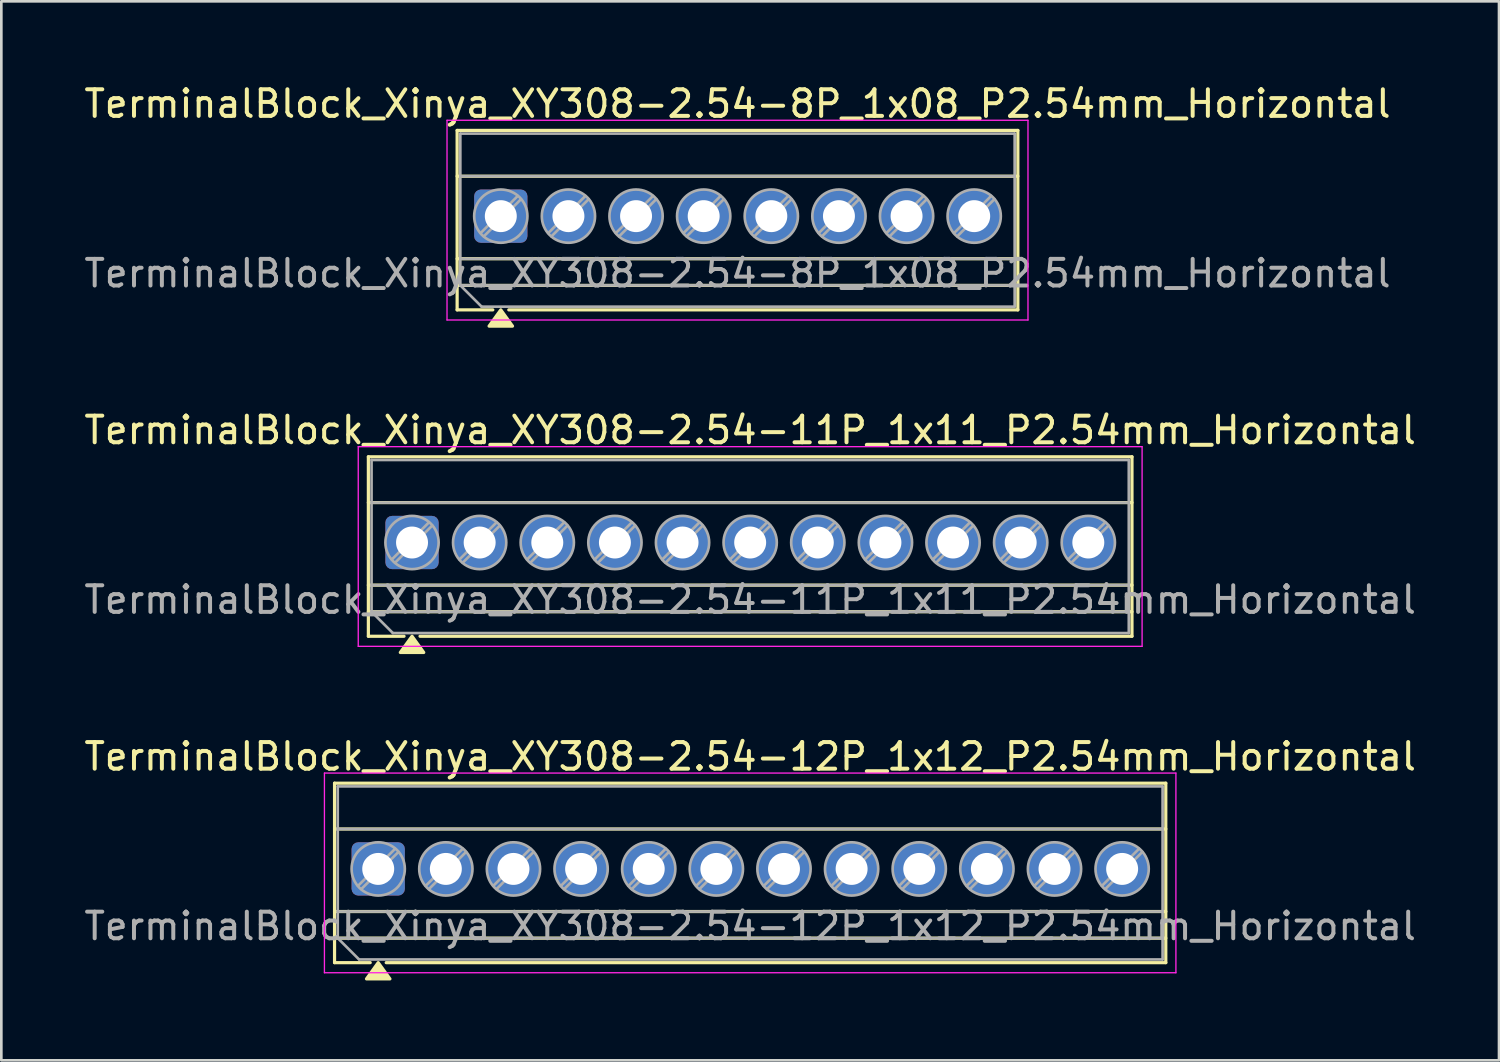
<source format=kicad_pcb>
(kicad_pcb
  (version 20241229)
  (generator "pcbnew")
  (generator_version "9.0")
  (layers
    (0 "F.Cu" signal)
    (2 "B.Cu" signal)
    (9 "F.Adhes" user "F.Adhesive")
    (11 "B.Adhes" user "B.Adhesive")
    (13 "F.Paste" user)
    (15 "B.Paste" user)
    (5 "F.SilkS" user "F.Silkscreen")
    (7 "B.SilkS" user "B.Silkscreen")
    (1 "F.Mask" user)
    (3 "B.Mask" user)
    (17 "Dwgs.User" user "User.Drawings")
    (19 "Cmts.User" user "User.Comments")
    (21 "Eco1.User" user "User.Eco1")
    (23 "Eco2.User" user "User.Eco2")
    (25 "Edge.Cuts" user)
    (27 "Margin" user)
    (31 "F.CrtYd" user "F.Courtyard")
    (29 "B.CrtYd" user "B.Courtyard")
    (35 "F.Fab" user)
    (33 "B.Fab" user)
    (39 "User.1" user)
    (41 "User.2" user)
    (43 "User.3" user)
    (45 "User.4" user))
  (footprint "TerminalBlock_Xinya_XY308-2.54-8P_1x08_P2.54mm_Horizontal"
    (layer "F.Cu")
    (at 15.759 5.068)
    (property "Reference" "TerminalBlock_Xinya_XY308-2.54-8P_1x08_P2.54mm_Horizontal" (at 8.89 -4.22 0) (layer "F.SilkS") (effects (font (size 1 1) (thickness 0.15))))
    (attr through_hole)
    (fp_line (start -1.64 -3.22) (end -1.64 3.52) (stroke (width 0.12) (type solid)) (layer "F.SilkS"))
    (fp_line (start -1.64 -3.22) (end 19.42 -3.22) (stroke (width 0.12) (type solid)) (layer "F.SilkS"))
    (fp_line (start -1.64 -1.5) (end 19.42 -1.5) (stroke (width 0.12) (type solid)) (layer "F.SilkS"))
    (fp_line (start -1.64 1.6) (end 19.42 1.6) (stroke (width 0.12) (type solid)) (layer "F.SilkS"))
    (fp_line (start -1.64 2.6) (end 19.42 2.6) (stroke (width 0.12) (type solid)) (layer "F.SilkS"))
    (fp_line (start -1.64 3.52) (end -0.3 3.52) (stroke (width 0.12) (type solid)) (layer "F.SilkS"))
    (fp_line (start 0.3 3.52) (end 19.42 3.52) (stroke (width 0.12) (type solid)) (layer "F.SilkS"))
    (fp_line (start 19.42 -3.22) (end 19.42 3.52) (stroke (width 0.12) (type solid)) (layer "F.SilkS"))
    (fp_poly (pts (xy 0 3.52) (xy 0.44 4.13) (xy -0.44 4.13)) (stroke (width 0.12) (type solid)) (fill yes) (layer "F.SilkS"))
    (fp_line (start -2.02 -3.6) (end -2.02 3.9) (stroke (width 0.05) (type solid)) (layer "F.CrtYd"))
    (fp_line (start -2.02 3.9) (end 19.8 3.9) (stroke (width 0.05) (type solid)) (layer "F.CrtYd"))
    (fp_line (start 19.8 -3.6) (end -2.02 -3.6) (stroke (width 0.05) (type solid)) (layer "F.CrtYd"))
    (fp_line (start 19.8 3.9) (end 19.8 -3.6) (stroke (width 0.05) (type solid)) (layer "F.CrtYd"))
    (fp_line (start -1.52 -3.1) (end 19.3 -3.1) (stroke (width 0.1) (type solid)) (layer "F.Fab"))
    (fp_line (start -1.52 -1.5) (end 19.3 -1.5) (stroke (width 0.1) (type solid)) (layer "F.Fab"))
    (fp_line (start -1.52 1.6) (end 19.3 1.6) (stroke (width 0.1) (type solid)) (layer "F.Fab"))
    (fp_line (start -1.52 2.6) (end -1.52 -3.1) (stroke (width 0.1) (type solid)) (layer "F.Fab"))
    (fp_line (start -1.52 2.6) (end 19.3 2.6) (stroke (width 0.1) (type solid)) (layer "F.Fab"))
    (fp_line (start -0.72 3.4) (end -1.52 2.6) (stroke (width 0.1) (type solid)) (layer "F.Fab"))
    (fp_line (start 0.636 -0.758) (end -0.758 0.636) (stroke (width 0.1) (type solid)) (layer "F.Fab"))
    (fp_line (start 0.758 -0.636) (end -0.636 0.758) (stroke (width 0.1) (type solid)) (layer "F.Fab"))
    (fp_line (start 3.176 -0.758) (end 1.782 0.636) (stroke (width 0.1) (type solid)) (layer "F.Fab"))
    (fp_line (start 3.298 -0.636) (end 1.904 0.758) (stroke (width 0.1) (type solid)) (layer "F.Fab"))
    (fp_line (start 5.716 -0.758) (end 4.322 0.636) (stroke (width 0.1) (type solid)) (layer "F.Fab"))
    (fp_line (start 5.838 -0.636) (end 4.444 0.758) (stroke (width 0.1) (type solid)) (layer "F.Fab"))
    (fp_line (start 8.256 -0.758) (end 6.862 0.636) (stroke (width 0.1) (type solid)) (layer "F.Fab"))
    (fp_line (start 8.378 -0.636) (end 6.984 0.758) (stroke (width 0.1) (type solid)) (layer "F.Fab"))
    (fp_line (start 10.796 -0.758) (end 9.402 0.636) (stroke (width 0.1) (type solid)) (layer "F.Fab"))
    (fp_line (start 10.918 -0.636) (end 9.524 0.758) (stroke (width 0.1) (type solid)) (layer "F.Fab"))
    (fp_line (start 13.336 -0.758) (end 11.942 0.636) (stroke (width 0.1) (type solid)) (layer "F.Fab"))
    (fp_line (start 13.458 -0.636) (end 12.064 0.758) (stroke (width 0.1) (type solid)) (layer "F.Fab"))
    (fp_line (start 15.876 -0.758) (end 14.482 0.636) (stroke (width 0.1) (type solid)) (layer "F.Fab"))
    (fp_line (start 15.998 -0.636) (end 14.604 0.758) (stroke (width 0.1) (type solid)) (layer "F.Fab"))
    (fp_line (start 18.416 -0.758) (end 17.022 0.636) (stroke (width 0.1) (type solid)) (layer "F.Fab"))
    (fp_line (start 18.538 -0.636) (end 17.144 0.758) (stroke (width 0.1) (type solid)) (layer "F.Fab"))
    (fp_line (start 19.3 -3.1) (end 19.3 3.4) (stroke (width 0.1) (type solid)) (layer "F.Fab"))
    (fp_line (start 19.3 3.4) (end -0.72 3.4) (stroke (width 0.1) (type solid)) (layer "F.Fab"))
    (fp_circle (center 0 0) (end 1 0) (stroke (width 0.1) (type solid)) (fill no) (layer "F.Fab"))
    (fp_circle (center 2.54 0) (end 3.54 0) (stroke (width 0.1) (type solid)) (fill no) (layer "F.Fab"))
    (fp_circle (center 5.08 0) (end 6.08 0) (stroke (width 0.1) (type solid)) (fill no) (layer "F.Fab"))
    (fp_circle (center 7.62 0) (end 8.62 0) (stroke (width 0.1) (type solid)) (fill no) (layer "F.Fab"))
    (fp_circle (center 10.16 0) (end 11.16 0) (stroke (width 0.1) (type solid)) (fill no) (layer "F.Fab"))
    (fp_circle (center 12.7 0) (end 13.7 0) (stroke (width 0.1) (type solid)) (fill no) (layer "F.Fab"))
    (fp_circle (center 15.24 0) (end 16.24 0) (stroke (width 0.1) (type solid)) (fill no) (layer "F.Fab"))
    (fp_circle (center 17.78 0) (end 18.78 0) (stroke (width 0.1) (type solid)) (fill no) (layer "F.Fab"))
    (fp_text user "${REFERENCE}" (at 8.89 2.15 0) (layer "F.Fab") (effects (font (size 1 1) (thickness 0.15))))
    (pad "1" thru_hole roundrect (at 0 0) (size 2 2) (drill 1.2) (layers "*.Cu" "*.Mask") (roundrect_rratio 0.125))
    (pad "2" thru_hole circle (at 2.54 0) (size 2 2) (drill 1.2) (layers "*.Cu" "*.Mask"))
    (pad "3" thru_hole circle (at 5.08 0) (size 2 2) (drill 1.2) (layers "*.Cu" "*.Mask"))
    (pad "4" thru_hole circle (at 7.62 0) (size 2 2) (drill 1.2) (layers "*.Cu" "*.Mask"))
    (pad "5" thru_hole circle (at 10.16 0) (size 2 2) (drill 1.2) (layers "*.Cu" "*.Mask"))
    (pad "6" thru_hole circle (at 12.7 0) (size 2 2) (drill 1.2) (layers "*.Cu" "*.Mask"))
    (pad "7" thru_hole circle (at 15.24 0) (size 2 2) (drill 1.2) (layers "*.Cu" "*.Mask"))
    (pad "8" thru_hole circle (at 17.78 0) (size 2 2) (drill 1.2) (layers "*.Cu" "*.Mask")))
  (footprint "TerminalBlock_Xinya_XY308-2.54-11P_1x11_P2.54mm_Horizontal"
    (layer "F.Cu")
    (at 12.425 17.326)
    (property "Reference" "TerminalBlock_Xinya_XY308-2.54-11P_1x11_P2.54mm_Horizontal" (at 12.7 -4.22 0) (layer "F.SilkS") (effects (font (size 1 1) (thickness 0.15))))
    (attr through_hole)
    (fp_line (start -1.64 -3.22) (end -1.64 3.52) (stroke (width 0.12) (type solid)) (layer "F.SilkS"))
    (fp_line (start -1.64 -3.22) (end 27.04 -3.22) (stroke (width 0.12) (type solid)) (layer "F.SilkS"))
    (fp_line (start -1.64 -1.5) (end 27.04 -1.5) (stroke (width 0.12) (type solid)) (layer "F.SilkS"))
    (fp_line (start -1.64 1.6) (end 27.04 1.6) (stroke (width 0.12) (type solid)) (layer "F.SilkS"))
    (fp_line (start -1.64 2.6) (end 27.04 2.6) (stroke (width 0.12) (type solid)) (layer "F.SilkS"))
    (fp_line (start -1.64 3.52) (end -0.3 3.52) (stroke (width 0.12) (type solid)) (layer "F.SilkS"))
    (fp_line (start 0.3 3.52) (end 27.04 3.52) (stroke (width 0.12) (type solid)) (layer "F.SilkS"))
    (fp_line (start 27.04 -3.22) (end 27.04 3.52) (stroke (width 0.12) (type solid)) (layer "F.SilkS"))
    (fp_poly (pts (xy 0 3.52) (xy 0.44 4.13) (xy -0.44 4.13)) (stroke (width 0.12) (type solid)) (fill yes) (layer "F.SilkS"))
    (fp_line (start -2.02 -3.6) (end -2.02 3.9) (stroke (width 0.05) (type solid)) (layer "F.CrtYd"))
    (fp_line (start -2.02 3.9) (end 27.42 3.9) (stroke (width 0.05) (type solid)) (layer "F.CrtYd"))
    (fp_line (start 27.42 -3.6) (end -2.02 -3.6) (stroke (width 0.05) (type solid)) (layer "F.CrtYd"))
    (fp_line (start 27.42 3.9) (end 27.42 -3.6) (stroke (width 0.05) (type solid)) (layer "F.CrtYd"))
    (fp_line (start -1.52 -3.1) (end 26.92 -3.1) (stroke (width 0.1) (type solid)) (layer "F.Fab"))
    (fp_line (start -1.52 -1.5) (end 26.92 -1.5) (stroke (width 0.1) (type solid)) (layer "F.Fab"))
    (fp_line (start -1.52 1.6) (end 26.92 1.6) (stroke (width 0.1) (type solid)) (layer "F.Fab"))
    (fp_line (start -1.52 2.6) (end -1.52 -3.1) (stroke (width 0.1) (type solid)) (layer "F.Fab"))
    (fp_line (start -1.52 2.6) (end 26.92 2.6) (stroke (width 0.1) (type solid)) (layer "F.Fab"))
    (fp_line (start -0.72 3.4) (end -1.52 2.6) (stroke (width 0.1) (type solid)) (layer "F.Fab"))
    (fp_line (start 0.636 -0.758) (end -0.758 0.636) (stroke (width 0.1) (type solid)) (layer "F.Fab"))
    (fp_line (start 0.758 -0.636) (end -0.636 0.758) (stroke (width 0.1) (type solid)) (layer "F.Fab"))
    (fp_line (start 3.176 -0.758) (end 1.782 0.636) (stroke (width 0.1) (type solid)) (layer "F.Fab"))
    (fp_line (start 3.298 -0.636) (end 1.904 0.758) (stroke (width 0.1) (type solid)) (layer "F.Fab"))
    (fp_line (start 5.716 -0.758) (end 4.322 0.636) (stroke (width 0.1) (type solid)) (layer "F.Fab"))
    (fp_line (start 5.838 -0.636) (end 4.444 0.758) (stroke (width 0.1) (type solid)) (layer "F.Fab"))
    (fp_line (start 8.256 -0.758) (end 6.862 0.636) (stroke (width 0.1) (type solid)) (layer "F.Fab"))
    (fp_line (start 8.378 -0.636) (end 6.984 0.758) (stroke (width 0.1) (type solid)) (layer "F.Fab"))
    (fp_line (start 10.796 -0.758) (end 9.402 0.636) (stroke (width 0.1) (type solid)) (layer "F.Fab"))
    (fp_line (start 10.918 -0.636) (end 9.524 0.758) (stroke (width 0.1) (type solid)) (layer "F.Fab"))
    (fp_line (start 13.336 -0.758) (end 11.942 0.636) (stroke (width 0.1) (type solid)) (layer "F.Fab"))
    (fp_line (start 13.458 -0.636) (end 12.064 0.758) (stroke (width 0.1) (type solid)) (layer "F.Fab"))
    (fp_line (start 15.876 -0.758) (end 14.482 0.636) (stroke (width 0.1) (type solid)) (layer "F.Fab"))
    (fp_line (start 15.998 -0.636) (end 14.604 0.758) (stroke (width 0.1) (type solid)) (layer "F.Fab"))
    (fp_line (start 18.416 -0.758) (end 17.022 0.636) (stroke (width 0.1) (type solid)) (layer "F.Fab"))
    (fp_line (start 18.538 -0.636) (end 17.144 0.758) (stroke (width 0.1) (type solid)) (layer "F.Fab"))
    (fp_line (start 20.956 -0.758) (end 19.562 0.636) (stroke (width 0.1) (type solid)) (layer "F.Fab"))
    (fp_line (start 21.078 -0.636) (end 19.684 0.758) (stroke (width 0.1) (type solid)) (layer "F.Fab"))
    (fp_line (start 23.496 -0.758) (end 22.102 0.636) (stroke (width 0.1) (type solid)) (layer "F.Fab"))
    (fp_line (start 23.618 -0.636) (end 22.224 0.758) (stroke (width 0.1) (type solid)) (layer "F.Fab"))
    (fp_line (start 26.036 -0.758) (end 24.642 0.636) (stroke (width 0.1) (type solid)) (layer "F.Fab"))
    (fp_line (start 26.158 -0.636) (end 24.764 0.758) (stroke (width 0.1) (type solid)) (layer "F.Fab"))
    (fp_line (start 26.92 -3.1) (end 26.92 3.4) (stroke (width 0.1) (type solid)) (layer "F.Fab"))
    (fp_line (start 26.92 3.4) (end -0.72 3.4) (stroke (width 0.1) (type solid)) (layer "F.Fab"))
    (fp_circle (center 0 0) (end 1 0) (stroke (width 0.1) (type solid)) (fill no) (layer "F.Fab"))
    (fp_circle (center 2.54 0) (end 3.54 0) (stroke (width 0.1) (type solid)) (fill no) (layer "F.Fab"))
    (fp_circle (center 5.08 0) (end 6.08 0) (stroke (width 0.1) (type solid)) (fill no) (layer "F.Fab"))
    (fp_circle (center 7.62 0) (end 8.62 0) (stroke (width 0.1) (type solid)) (fill no) (layer "F.Fab"))
    (fp_circle (center 10.16 0) (end 11.16 0) (stroke (width 0.1) (type solid)) (fill no) (layer "F.Fab"))
    (fp_circle (center 12.7 0) (end 13.7 0) (stroke (width 0.1) (type solid)) (fill no) (layer "F.Fab"))
    (fp_circle (center 15.24 0) (end 16.24 0) (stroke (width 0.1) (type solid)) (fill no) (layer "F.Fab"))
    (fp_circle (center 17.78 0) (end 18.78 0) (stroke (width 0.1) (type solid)) (fill no) (layer "F.Fab"))
    (fp_circle (center 20.32 0) (end 21.32 0) (stroke (width 0.1) (type solid)) (fill no) (layer "F.Fab"))
    (fp_circle (center 22.86 0) (end 23.86 0) (stroke (width 0.1) (type solid)) (fill no) (layer "F.Fab"))
    (fp_circle (center 25.4 0) (end 26.4 0) (stroke (width 0.1) (type solid)) (fill no) (layer "F.Fab"))
    (fp_text user "${REFERENCE}" (at 12.7 2.15 0) (layer "F.Fab") (effects (font (size 1 1) (thickness 0.15))))
    (pad "1" thru_hole roundrect (at 0 0) (size 2 2) (drill 1.2) (layers "*.Cu" "*.Mask") (roundrect_rratio 0.125))
    (pad "2" thru_hole circle (at 2.54 0) (size 2 2) (drill 1.2) (layers "*.Cu" "*.Mask"))
    (pad "3" thru_hole circle (at 5.08 0) (size 2 2) (drill 1.2) (layers "*.Cu" "*.Mask"))
    (pad "4" thru_hole circle (at 7.62 0) (size 2 2) (drill 1.2) (layers "*.Cu" "*.Mask"))
    (pad "5" thru_hole circle (at 10.16 0) (size 2 2) (drill 1.2) (layers "*.Cu" "*.Mask"))
    (pad "6" thru_hole circle (at 12.7 0) (size 2 2) (drill 1.2) (layers "*.Cu" "*.Mask"))
    (pad "7" thru_hole circle (at 15.24 0) (size 2 2) (drill 1.2) (layers "*.Cu" "*.Mask"))
    (pad "8" thru_hole circle (at 17.78 0) (size 2 2) (drill 1.2) (layers "*.Cu" "*.Mask"))
    (pad "9" thru_hole circle (at 20.32 0) (size 2 2) (drill 1.2) (layers "*.Cu" "*.Mask"))
    (pad "10" thru_hole circle (at 22.86 0) (size 2 2) (drill 1.2) (layers "*.Cu" "*.Mask"))
    (pad "11" thru_hole circle (at 25.4 0) (size 2 2) (drill 1.2) (layers "*.Cu" "*.Mask")))
  (footprint "TerminalBlock_Xinya_XY308-2.54-12P_1x12_P2.54mm_Horizontal"
    (layer "F.Cu")
    (at 11.155 29.585)
    (property "Reference" "TerminalBlock_Xinya_XY308-2.54-12P_1x12_P2.54mm_Horizontal" (at 13.97 -4.22 0) (layer "F.SilkS") (effects (font (size 1 1) (thickness 0.15))))
    (attr through_hole)
    (fp_line (start -1.64 -3.22) (end -1.64 3.52) (stroke (width 0.12) (type solid)) (layer "F.SilkS"))
    (fp_line (start -1.64 -3.22) (end 29.58 -3.22) (stroke (width 0.12) (type solid)) (layer "F.SilkS"))
    (fp_line (start -1.64 -1.5) (end 29.58 -1.5) (stroke (width 0.12) (type solid)) (layer "F.SilkS"))
    (fp_line (start -1.64 1.6) (end 29.58 1.6) (stroke (width 0.12) (type solid)) (layer "F.SilkS"))
    (fp_line (start -1.64 2.6) (end 29.58 2.6) (stroke (width 0.12) (type solid)) (layer "F.SilkS"))
    (fp_line (start -1.64 3.52) (end -0.3 3.52) (stroke (width 0.12) (type solid)) (layer "F.SilkS"))
    (fp_line (start 0.3 3.52) (end 29.58 3.52) (stroke (width 0.12) (type solid)) (layer "F.SilkS"))
    (fp_line (start 29.58 -3.22) (end 29.58 3.52) (stroke (width 0.12) (type solid)) (layer "F.SilkS"))
    (fp_poly (pts (xy 0 3.52) (xy 0.44 4.13) (xy -0.44 4.13)) (stroke (width 0.12) (type solid)) (fill yes) (layer "F.SilkS"))
    (fp_line (start -2.02 -3.6) (end -2.02 3.9) (stroke (width 0.05) (type solid)) (layer "F.CrtYd"))
    (fp_line (start -2.02 3.9) (end 29.96 3.9) (stroke (width 0.05) (type solid)) (layer "F.CrtYd"))
    (fp_line (start 29.96 -3.6) (end -2.02 -3.6) (stroke (width 0.05) (type solid)) (layer "F.CrtYd"))
    (fp_line (start 29.96 3.9) (end 29.96 -3.6) (stroke (width 0.05) (type solid)) (layer "F.CrtYd"))
    (fp_line (start -1.52 -3.1) (end 29.46 -3.1) (stroke (width 0.1) (type solid)) (layer "F.Fab"))
    (fp_line (start -1.52 -1.5) (end 29.46 -1.5) (stroke (width 0.1) (type solid)) (layer "F.Fab"))
    (fp_line (start -1.52 1.6) (end 29.46 1.6) (stroke (width 0.1) (type solid)) (layer "F.Fab"))
    (fp_line (start -1.52 2.6) (end -1.52 -3.1) (stroke (width 0.1) (type solid)) (layer "F.Fab"))
    (fp_line (start -1.52 2.6) (end 29.46 2.6) (stroke (width 0.1) (type solid)) (layer "F.Fab"))
    (fp_line (start -0.72 3.4) (end -1.52 2.6) (stroke (width 0.1) (type solid)) (layer "F.Fab"))
    (fp_line (start 0.636 -0.758) (end -0.758 0.636) (stroke (width 0.1) (type solid)) (layer "F.Fab"))
    (fp_line (start 0.758 -0.636) (end -0.636 0.758) (stroke (width 0.1) (type solid)) (layer "F.Fab"))
    (fp_line (start 3.176 -0.758) (end 1.782 0.636) (stroke (width 0.1) (type solid)) (layer "F.Fab"))
    (fp_line (start 3.298 -0.636) (end 1.904 0.758) (stroke (width 0.1) (type solid)) (layer "F.Fab"))
    (fp_line (start 5.716 -0.758) (end 4.322 0.636) (stroke (width 0.1) (type solid)) (layer "F.Fab"))
    (fp_line (start 5.838 -0.636) (end 4.444 0.758) (stroke (width 0.1) (type solid)) (layer "F.Fab"))
    (fp_line (start 8.256 -0.758) (end 6.862 0.636) (stroke (width 0.1) (type solid)) (layer "F.Fab"))
    (fp_line (start 8.378 -0.636) (end 6.984 0.758) (stroke (width 0.1) (type solid)) (layer "F.Fab"))
    (fp_line (start 10.796 -0.758) (end 9.402 0.636) (stroke (width 0.1) (type solid)) (layer "F.Fab"))
    (fp_line (start 10.918 -0.636) (end 9.524 0.758) (stroke (width 0.1) (type solid)) (layer "F.Fab"))
    (fp_line (start 13.336 -0.758) (end 11.942 0.636) (stroke (width 0.1) (type solid)) (layer "F.Fab"))
    (fp_line (start 13.458 -0.636) (end 12.064 0.758) (stroke (width 0.1) (type solid)) (layer "F.Fab"))
    (fp_line (start 15.876 -0.758) (end 14.482 0.636) (stroke (width 0.1) (type solid)) (layer "F.Fab"))
    (fp_line (start 15.998 -0.636) (end 14.604 0.758) (stroke (width 0.1) (type solid)) (layer "F.Fab"))
    (fp_line (start 18.416 -0.758) (end 17.022 0.636) (stroke (width 0.1) (type solid)) (layer "F.Fab"))
    (fp_line (start 18.538 -0.636) (end 17.144 0.758) (stroke (width 0.1) (type solid)) (layer "F.Fab"))
    (fp_line (start 20.956 -0.758) (end 19.562 0.636) (stroke (width 0.1) (type solid)) (layer "F.Fab"))
    (fp_line (start 21.078 -0.636) (end 19.684 0.758) (stroke (width 0.1) (type solid)) (layer "F.Fab"))
    (fp_line (start 23.496 -0.758) (end 22.102 0.636) (stroke (width 0.1) (type solid)) (layer "F.Fab"))
    (fp_line (start 23.618 -0.636) (end 22.224 0.758) (stroke (width 0.1) (type solid)) (layer "F.Fab"))
    (fp_line (start 26.036 -0.758) (end 24.642 0.636) (stroke (width 0.1) (type solid)) (layer "F.Fab"))
    (fp_line (start 26.158 -0.636) (end 24.764 0.758) (stroke (width 0.1) (type solid)) (layer "F.Fab"))
    (fp_line (start 28.576 -0.758) (end 27.182 0.636) (stroke (width 0.1) (type solid)) (layer "F.Fab"))
    (fp_line (start 28.698 -0.636) (end 27.304 0.758) (stroke (width 0.1) (type solid)) (layer "F.Fab"))
    (fp_line (start 29.46 -3.1) (end 29.46 3.4) (stroke (width 0.1) (type solid)) (layer "F.Fab"))
    (fp_line (start 29.46 3.4) (end -0.72 3.4) (stroke (width 0.1) (type solid)) (layer "F.Fab"))
    (fp_circle (center 0 0) (end 1 0) (stroke (width 0.1) (type solid)) (fill no) (layer "F.Fab"))
    (fp_circle (center 2.54 0) (end 3.54 0) (stroke (width 0.1) (type solid)) (fill no) (layer "F.Fab"))
    (fp_circle (center 5.08 0) (end 6.08 0) (stroke (width 0.1) (type solid)) (fill no) (layer "F.Fab"))
    (fp_circle (center 7.62 0) (end 8.62 0) (stroke (width 0.1) (type solid)) (fill no) (layer "F.Fab"))
    (fp_circle (center 10.16 0) (end 11.16 0) (stroke (width 0.1) (type solid)) (fill no) (layer "F.Fab"))
    (fp_circle (center 12.7 0) (end 13.7 0) (stroke (width 0.1) (type solid)) (fill no) (layer "F.Fab"))
    (fp_circle (center 15.24 0) (end 16.24 0) (stroke (width 0.1) (type solid)) (fill no) (layer "F.Fab"))
    (fp_circle (center 17.78 0) (end 18.78 0) (stroke (width 0.1) (type solid)) (fill no) (layer "F.Fab"))
    (fp_circle (center 20.32 0) (end 21.32 0) (stroke (width 0.1) (type solid)) (fill no) (layer "F.Fab"))
    (fp_circle (center 22.86 0) (end 23.86 0) (stroke (width 0.1) (type solid)) (fill no) (layer "F.Fab"))
    (fp_circle (center 25.4 0) (end 26.4 0) (stroke (width 0.1) (type solid)) (fill no) (layer "F.Fab"))
    (fp_circle (center 27.94 0) (end 28.94 0) (stroke (width 0.1) (type solid)) (fill no) (layer "F.Fab"))
    (fp_text user "${REFERENCE}" (at 13.97 2.15 0) (layer "F.Fab") (effects (font (size 1 1) (thickness 0.15))))
    (pad "1" thru_hole roundrect (at 0 0) (size 2 2) (drill 1.2) (layers "*.Cu" "*.Mask") (roundrect_rratio 0.125))
    (pad "2" thru_hole circle (at 2.54 0) (size 2 2) (drill 1.2) (layers "*.Cu" "*.Mask"))
    (pad "3" thru_hole circle (at 5.08 0) (size 2 2) (drill 1.2) (layers "*.Cu" "*.Mask"))
    (pad "4" thru_hole circle (at 7.62 0) (size 2 2) (drill 1.2) (layers "*.Cu" "*.Mask"))
    (pad "5" thru_hole circle (at 10.16 0) (size 2 2) (drill 1.2) (layers "*.Cu" "*.Mask"))
    (pad "6" thru_hole circle (at 12.7 0) (size 2 2) (drill 1.2) (layers "*.Cu" "*.Mask"))
    (pad "7" thru_hole circle (at 15.24 0) (size 2 2) (drill 1.2) (layers "*.Cu" "*.Mask"))
    (pad "8" thru_hole circle (at 17.78 0) (size 2 2) (drill 1.2) (layers "*.Cu" "*.Mask"))
    (pad "9" thru_hole circle (at 20.32 0) (size 2 2) (drill 1.2) (layers "*.Cu" "*.Mask"))
    (pad "10" thru_hole circle (at 22.86 0) (size 2 2) (drill 1.2) (layers "*.Cu" "*.Mask"))
    (pad "11" thru_hole circle (at 25.4 0) (size 2 2) (drill 1.2) (layers "*.Cu" "*.Mask"))
    (pad "12" thru_hole circle (at 27.94 0) (size 2 2) (drill 1.2) (layers "*.Cu" "*.Mask")))
  (gr_rect
    (start -3 -3)
    (end 53.25 36.775)
    (stroke (width 0.1) (type default))
    (fill no)
    (layer "Edge.Cuts")))
</source>
